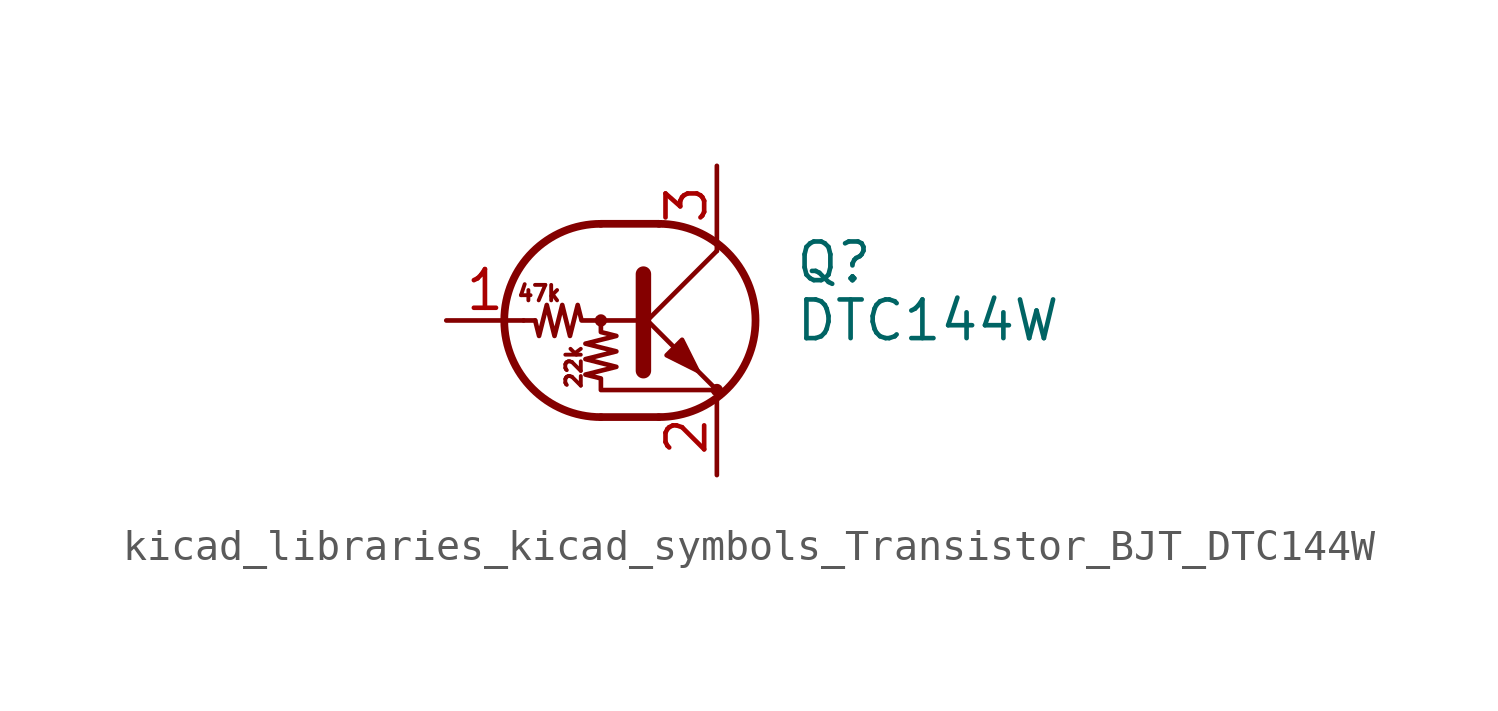
<source format=kicad_sym>
(kicad_symbol_lib
  (version 20220914)
  (generator kicad_symbol_editor)
  (symbol "kicad_libraries_kicad_symbols_Transistor_BJT_DTC144W"
    (pin_names
      (offset 0) hide)
    (property "Reference" "Q"
      (at 5.08 1.905 0)
      (effects (font (size 1.27 1.27)) (justify left)))
    (property "Value" "DTC144W"
      (at 5.08 0 0)
      (effects (font (size 1.27 1.27)) (justify left)))
    (symbol "kicad_libraries_kicad_symbols_Transistor_BJT_DTC144W_0_0"
      (text "22k" (at -2.159 -1.524 900) (effects (font (size 0.508 0.508))))
      (text "47k" (at -3.302 0.889 0) (effects (font (size 0.508 0.508)))))
    (symbol "kicad_libraries_kicad_symbols_Transistor_BJT_DTC144W_0_1"
      (circle (center -1.27 0) (radius 0.127) (stroke (width 0) (type default)) (fill (type none)))
      (arc (start -1.27 3.175) (mid -4.4312 0) (end -1.27 -3.175) (stroke (width 0.254) (type default)) (fill (type none)))
      (polyline (pts (xy -3.429 0) (xy -3.81 0)) (stroke (width 0) (type default)) (fill (type none)))
      (polyline (pts (xy -1.27 -3.175) (xy 0.635 -3.175)) (stroke (width 0.254) (type default)) (fill (type none)))
      (polyline (pts (xy -1.27 3.175) (xy 0.635 3.175)) (stroke (width 0.254) (type default)) (fill (type none)))
      (polyline (pts (xy 0 -0.254) (xy 2.54 2.286)) (stroke (width 0) (type default)) (fill (type none)))
      (polyline (pts (xy 0.127 1.524) (xy 0.127 -1.651)) (stroke (width 0.508) (type default)) (fill (type outline)))
      (polyline (pts (xy 2.54 2.286) (xy 2.54 2.54)) (stroke (width 0) (type default)) (fill (type none)))
      (polyline (pts (xy 2.54 -2.286) (xy 0 0.254) (xy 0 0.254)) (stroke (width 0) (type default)) (fill (type none)))
      (polyline (pts (xy 0.889 -1.143) (xy 1.397 -0.635) (xy 1.905 -1.651) (xy 0.889 -1.143)) (stroke (width 0) (type default)) (fill (type outline)))
      (polyline (pts (xy 0 0) (xy -1.905 0) (xy -2.032 0.508) (xy -2.286 -0.508) (xy -2.54 0.508) (xy -2.794 -0.508) (xy -3.048 0.508) (xy -3.302 -0.508) (xy -3.429 0)) (stroke (width 0) (type default)) (fill (type none)))
      (polyline (pts (xy -1.27 0) (xy -1.27 -0.381) (xy -0.762 -0.508) (xy -1.778 -0.762) (xy -0.762 -1.016) (xy -1.778 -1.27) (xy -0.762 -1.524) (xy -1.778 -1.778) (xy -1.27 -1.905) (xy -1.27 -2.286) (xy 2.54 -2.286)) (stroke (width 0) (type default)) (fill (type none)))
      (arc (start 0.635 -3.175) (mid 3.7962 0) (end 0.635 3.175) (stroke (width 0.254) (type default)) (fill (type none)))
      (circle (center 2.54 -2.286) (radius 0.127) (stroke (width 0) (type default)) (fill (type none))))
    (symbol "kicad_libraries_kicad_symbols_Transistor_BJT_DTC144W_1_1"
      (pin input line (at -6.35 0 0) (length 2.54) (name "B" (effects (font (size 1.27 1.27)))) (number "1" (effects (font (size 1.27 1.27)))))
      (pin passive line (at 2.54 -5.08 90) (length 2.54) (name "E" (effects (font (size 1.27 1.27)))) (number "2" (effects (font (size 1.27 1.27)))))
      (pin passive line (at 2.54 5.08 270) (length 2.54) (name "C" (effects (font (size 1.27 1.27)))) (number "3" (effects (font (size 1.27 1.27))))))))
</source>
